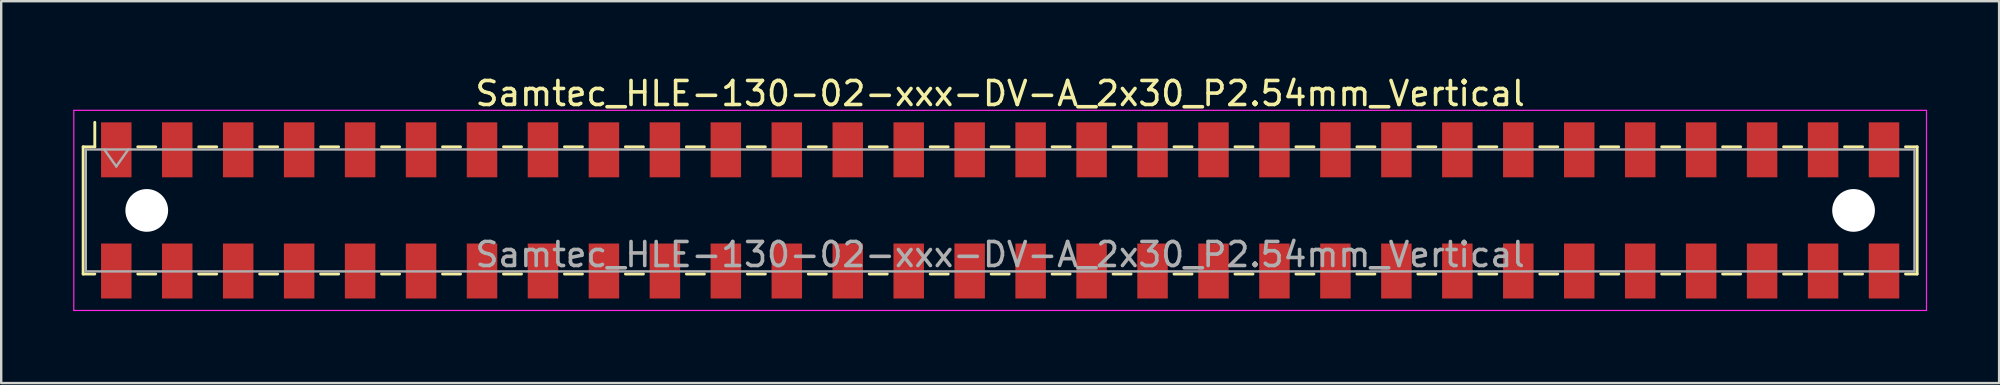
<source format=kicad_pcb>
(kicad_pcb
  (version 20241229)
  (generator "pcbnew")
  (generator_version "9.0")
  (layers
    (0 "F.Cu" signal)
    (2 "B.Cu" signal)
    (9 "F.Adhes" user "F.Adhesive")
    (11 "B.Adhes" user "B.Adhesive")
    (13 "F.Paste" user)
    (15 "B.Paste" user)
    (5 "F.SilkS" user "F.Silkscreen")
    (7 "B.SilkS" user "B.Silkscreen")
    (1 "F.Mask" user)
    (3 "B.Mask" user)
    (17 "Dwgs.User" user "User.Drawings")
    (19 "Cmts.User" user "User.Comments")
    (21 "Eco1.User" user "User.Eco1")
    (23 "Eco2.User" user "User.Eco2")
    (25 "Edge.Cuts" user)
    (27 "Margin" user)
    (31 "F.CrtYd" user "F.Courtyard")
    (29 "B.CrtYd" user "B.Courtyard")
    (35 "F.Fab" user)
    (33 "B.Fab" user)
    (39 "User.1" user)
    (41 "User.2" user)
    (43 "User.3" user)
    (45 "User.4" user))
  (footprint "Samtec_HLE-130-02-xxx-DV-A_2x30_P2.54mm_Vertical"
    (layer "F.Cu")
    (at 38.625 5.718)
    (property "Reference" "Samtec_HLE-130-02-xxx-DV-A_2x30_P2.54mm_Vertical" (at 0 -4.87 0) (layer "F.SilkS") (effects (font (size 1 1) (thickness 0.15))))
    (attr smd)
    (fp_line (start -38.21 -2.65) (end -38.21 2.65) (stroke (width 0.12) (type solid)) (layer "F.SilkS"))
    (fp_line (start -38.21 2.65) (end -37.725 2.65) (stroke (width 0.12) (type solid)) (layer "F.SilkS"))
    (fp_line (start -37.725 -3.67) (end -37.725 -2.65) (stroke (width 0.12) (type solid)) (layer "F.SilkS"))
    (fp_line (start -37.725 -2.65) (end -38.21 -2.65) (stroke (width 0.12) (type solid)) (layer "F.SilkS"))
    (fp_line (start -35.935 -2.65) (end -35.185 -2.65) (stroke (width 0.12) (type solid)) (layer "F.SilkS"))
    (fp_line (start -35.935 2.65) (end -35.185 2.65) (stroke (width 0.12) (type solid)) (layer "F.SilkS"))
    (fp_line (start -33.395 -2.65) (end -32.645 -2.65) (stroke (width 0.12) (type solid)) (layer "F.SilkS"))
    (fp_line (start -33.395 2.65) (end -32.645 2.65) (stroke (width 0.12) (type solid)) (layer "F.SilkS"))
    (fp_line (start -30.855 -2.65) (end -30.105 -2.65) (stroke (width 0.12) (type solid)) (layer "F.SilkS"))
    (fp_line (start -30.855 2.65) (end -30.105 2.65) (stroke (width 0.12) (type solid)) (layer "F.SilkS"))
    (fp_line (start -28.315 -2.65) (end -27.565 -2.65) (stroke (width 0.12) (type solid)) (layer "F.SilkS"))
    (fp_line (start -28.315 2.65) (end -27.565 2.65) (stroke (width 0.12) (type solid)) (layer "F.SilkS"))
    (fp_line (start -25.775 -2.65) (end -25.025 -2.65) (stroke (width 0.12) (type solid)) (layer "F.SilkS"))
    (fp_line (start -25.775 2.65) (end -25.025 2.65) (stroke (width 0.12) (type solid)) (layer "F.SilkS"))
    (fp_line (start -23.235 -2.65) (end -22.485 -2.65) (stroke (width 0.12) (type solid)) (layer "F.SilkS"))
    (fp_line (start -23.235 2.65) (end -22.485 2.65) (stroke (width 0.12) (type solid)) (layer "F.SilkS"))
    (fp_line (start -20.695 -2.65) (end -19.945 -2.65) (stroke (width 0.12) (type solid)) (layer "F.SilkS"))
    (fp_line (start -20.695 2.65) (end -19.945 2.65) (stroke (width 0.12) (type solid)) (layer "F.SilkS"))
    (fp_line (start -18.155 -2.65) (end -17.405 -2.65) (stroke (width 0.12) (type solid)) (layer "F.SilkS"))
    (fp_line (start -18.155 2.65) (end -17.405 2.65) (stroke (width 0.12) (type solid)) (layer "F.SilkS"))
    (fp_line (start -15.615 -2.65) (end -14.865 -2.65) (stroke (width 0.12) (type solid)) (layer "F.SilkS"))
    (fp_line (start -15.615 2.65) (end -14.865 2.65) (stroke (width 0.12) (type solid)) (layer "F.SilkS"))
    (fp_line (start -13.075 -2.65) (end -12.325 -2.65) (stroke (width 0.12) (type solid)) (layer "F.SilkS"))
    (fp_line (start -13.075 2.65) (end -12.325 2.65) (stroke (width 0.12) (type solid)) (layer "F.SilkS"))
    (fp_line (start -10.535 -2.65) (end -9.785 -2.65) (stroke (width 0.12) (type solid)) (layer "F.SilkS"))
    (fp_line (start -10.535 2.65) (end -9.785 2.65) (stroke (width 0.12) (type solid)) (layer "F.SilkS"))
    (fp_line (start -7.995 -2.65) (end -7.245 -2.65) (stroke (width 0.12) (type solid)) (layer "F.SilkS"))
    (fp_line (start -7.995 2.65) (end -7.245 2.65) (stroke (width 0.12) (type solid)) (layer "F.SilkS"))
    (fp_line (start -5.455 -2.65) (end -4.705 -2.65) (stroke (width 0.12) (type solid)) (layer "F.SilkS"))
    (fp_line (start -5.455 2.65) (end -4.705 2.65) (stroke (width 0.12) (type solid)) (layer "F.SilkS"))
    (fp_line (start -2.915 -2.65) (end -2.165 -2.65) (stroke (width 0.12) (type solid)) (layer "F.SilkS"))
    (fp_line (start -2.915 2.65) (end -2.165 2.65) (stroke (width 0.12) (type solid)) (layer "F.SilkS"))
    (fp_line (start -0.375 -2.65) (end 0.375 -2.65) (stroke (width 0.12) (type solid)) (layer "F.SilkS"))
    (fp_line (start -0.375 2.65) (end 0.375 2.65) (stroke (width 0.12) (type solid)) (layer "F.SilkS"))
    (fp_line (start 2.165 -2.65) (end 2.915 -2.65) (stroke (width 0.12) (type solid)) (layer "F.SilkS"))
    (fp_line (start 2.165 2.65) (end 2.915 2.65) (stroke (width 0.12) (type solid)) (layer "F.SilkS"))
    (fp_line (start 4.705 -2.65) (end 5.455 -2.65) (stroke (width 0.12) (type solid)) (layer "F.SilkS"))
    (fp_line (start 4.705 2.65) (end 5.455 2.65) (stroke (width 0.12) (type solid)) (layer "F.SilkS"))
    (fp_line (start 7.245 -2.65) (end 7.995 -2.65) (stroke (width 0.12) (type solid)) (layer "F.SilkS"))
    (fp_line (start 7.245 2.65) (end 7.995 2.65) (stroke (width 0.12) (type solid)) (layer "F.SilkS"))
    (fp_line (start 9.785 -2.65) (end 10.535 -2.65) (stroke (width 0.12) (type solid)) (layer "F.SilkS"))
    (fp_line (start 9.785 2.65) (end 10.535 2.65) (stroke (width 0.12) (type solid)) (layer "F.SilkS"))
    (fp_line (start 12.325 -2.65) (end 13.075 -2.65) (stroke (width 0.12) (type solid)) (layer "F.SilkS"))
    (fp_line (start 12.325 2.65) (end 13.075 2.65) (stroke (width 0.12) (type solid)) (layer "F.SilkS"))
    (fp_line (start 14.865 -2.65) (end 15.615 -2.65) (stroke (width 0.12) (type solid)) (layer "F.SilkS"))
    (fp_line (start 14.865 2.65) (end 15.615 2.65) (stroke (width 0.12) (type solid)) (layer "F.SilkS"))
    (fp_line (start 17.405 -2.65) (end 18.155 -2.65) (stroke (width 0.12) (type solid)) (layer "F.SilkS"))
    (fp_line (start 17.405 2.65) (end 18.155 2.65) (stroke (width 0.12) (type solid)) (layer "F.SilkS"))
    (fp_line (start 19.945 -2.65) (end 20.695 -2.65) (stroke (width 0.12) (type solid)) (layer "F.SilkS"))
    (fp_line (start 19.945 2.65) (end 20.695 2.65) (stroke (width 0.12) (type solid)) (layer "F.SilkS"))
    (fp_line (start 22.485 -2.65) (end 23.235 -2.65) (stroke (width 0.12) (type solid)) (layer "F.SilkS"))
    (fp_line (start 22.485 2.65) (end 23.235 2.65) (stroke (width 0.12) (type solid)) (layer "F.SilkS"))
    (fp_line (start 25.025 -2.65) (end 25.775 -2.65) (stroke (width 0.12) (type solid)) (layer "F.SilkS"))
    (fp_line (start 25.025 2.65) (end 25.775 2.65) (stroke (width 0.12) (type solid)) (layer "F.SilkS"))
    (fp_line (start 27.565 -2.65) (end 28.315 -2.65) (stroke (width 0.12) (type solid)) (layer "F.SilkS"))
    (fp_line (start 27.565 2.65) (end 28.315 2.65) (stroke (width 0.12) (type solid)) (layer "F.SilkS"))
    (fp_line (start 30.105 -2.65) (end 30.855 -2.65) (stroke (width 0.12) (type solid)) (layer "F.SilkS"))
    (fp_line (start 30.105 2.65) (end 30.855 2.65) (stroke (width 0.12) (type solid)) (layer "F.SilkS"))
    (fp_line (start 32.645 -2.65) (end 33.395 -2.65) (stroke (width 0.12) (type solid)) (layer "F.SilkS"))
    (fp_line (start 32.645 2.65) (end 33.395 2.65) (stroke (width 0.12) (type solid)) (layer "F.SilkS"))
    (fp_line (start 35.185 -2.65) (end 35.935 -2.65) (stroke (width 0.12) (type solid)) (layer "F.SilkS"))
    (fp_line (start 35.185 2.65) (end 35.935 2.65) (stroke (width 0.12) (type solid)) (layer "F.SilkS"))
    (fp_line (start 37.725 -2.65) (end 38.21 -2.65) (stroke (width 0.12) (type solid)) (layer "F.SilkS"))
    (fp_line (start 38.21 -2.65) (end 38.21 2.65) (stroke (width 0.12) (type solid)) (layer "F.SilkS"))
    (fp_line (start 38.21 2.65) (end 37.725 2.65) (stroke (width 0.12) (type solid)) (layer "F.SilkS"))
    (fp_line (start -38.6 -4.17) (end 38.6 -4.17) (stroke (width 0.05) (type solid)) (layer "F.CrtYd"))
    (fp_line (start -38.6 4.17) (end -38.6 -4.17) (stroke (width 0.05) (type solid)) (layer "F.CrtYd"))
    (fp_line (start 38.6 -4.17) (end 38.6 4.17) (stroke (width 0.05) (type solid)) (layer "F.CrtYd"))
    (fp_line (start 38.6 4.17) (end -38.6 4.17) (stroke (width 0.05) (type solid)) (layer "F.CrtYd"))
    (fp_line (start -38.1 -2.54) (end 38.1 -2.54) (stroke (width 0.1) (type solid)) (layer "F.Fab"))
    (fp_line (start -38.1 2.54) (end -38.1 -2.54) (stroke (width 0.1) (type solid)) (layer "F.Fab"))
    (fp_line (start -37.33 -2.54) (end -36.83 -1.833) (stroke (width 0.1) (type solid)) (layer "F.Fab"))
    (fp_line (start -36.83 -1.833) (end -36.33 -2.54) (stroke (width 0.1) (type solid)) (layer "F.Fab"))
    (fp_line (start 38.1 -2.54) (end 38.1 2.54) (stroke (width 0.1) (type solid)) (layer "F.Fab"))
    (fp_line (start 38.1 2.54) (end -38.1 2.54) (stroke (width 0.1) (type solid)) (layer "F.Fab"))
    (fp_text user "${REFERENCE}" (at 0 1.84 0) (layer "F.Fab") (effects (font (size 1 1) (thickness 0.15))))
    (pad "" np_thru_hole circle (at -35.56 0) (size 1.78 1.78) (drill 1.78) (layers "*.Cu" "*.Mask"))
    (pad "" np_thru_hole circle (at 35.56 0) (size 1.78 1.78) (drill 1.78) (layers "*.Cu" "*.Mask"))
    (pad "1" smd rect (at -36.83 -2.525) (size 1.27 2.29) (layers "F.Cu" "F.Mask" "F.Paste"))
    (pad "2" smd rect (at -36.83 2.525) (size 1.27 2.29) (layers "F.Cu" "F.Mask" "F.Paste"))
    (pad "3" smd rect (at -34.29 -2.525) (size 1.27 2.29) (layers "F.Cu" "F.Mask" "F.Paste"))
    (pad "4" smd rect (at -34.29 2.525) (size 1.27 2.29) (layers "F.Cu" "F.Mask" "F.Paste"))
    (pad "5" smd rect (at -31.75 -2.525) (size 1.27 2.29) (layers "F.Cu" "F.Mask" "F.Paste"))
    (pad "6" smd rect (at -31.75 2.525) (size 1.27 2.29) (layers "F.Cu" "F.Mask" "F.Paste"))
    (pad "7" smd rect (at -29.21 -2.525) (size 1.27 2.29) (layers "F.Cu" "F.Mask" "F.Paste"))
    (pad "8" smd rect (at -29.21 2.525) (size 1.27 2.29) (layers "F.Cu" "F.Mask" "F.Paste"))
    (pad "9" smd rect (at -26.67 -2.525) (size 1.27 2.29) (layers "F.Cu" "F.Mask" "F.Paste"))
    (pad "10" smd rect (at -26.67 2.525) (size 1.27 2.29) (layers "F.Cu" "F.Mask" "F.Paste"))
    (pad "11" smd rect (at -24.13 -2.525) (size 1.27 2.29) (layers "F.Cu" "F.Mask" "F.Paste"))
    (pad "12" smd rect (at -24.13 2.525) (size 1.27 2.29) (layers "F.Cu" "F.Mask" "F.Paste"))
    (pad "13" smd rect (at -21.59 -2.525) (size 1.27 2.29) (layers "F.Cu" "F.Mask" "F.Paste"))
    (pad "14" smd rect (at -21.59 2.525) (size 1.27 2.29) (layers "F.Cu" "F.Mask" "F.Paste"))
    (pad "15" smd rect (at -19.05 -2.525) (size 1.27 2.29) (layers "F.Cu" "F.Mask" "F.Paste"))
    (pad "16" smd rect (at -19.05 2.525) (size 1.27 2.29) (layers "F.Cu" "F.Mask" "F.Paste"))
    (pad "17" smd rect (at -16.51 -2.525) (size 1.27 2.29) (layers "F.Cu" "F.Mask" "F.Paste"))
    (pad "18" smd rect (at -16.51 2.525) (size 1.27 2.29) (layers "F.Cu" "F.Mask" "F.Paste"))
    (pad "19" smd rect (at -13.97 -2.525) (size 1.27 2.29) (layers "F.Cu" "F.Mask" "F.Paste"))
    (pad "20" smd rect (at -13.97 2.525) (size 1.27 2.29) (layers "F.Cu" "F.Mask" "F.Paste"))
    (pad "21" smd rect (at -11.43 -2.525) (size 1.27 2.29) (layers "F.Cu" "F.Mask" "F.Paste"))
    (pad "22" smd rect (at -11.43 2.525) (size 1.27 2.29) (layers "F.Cu" "F.Mask" "F.Paste"))
    (pad "23" smd rect (at -8.89 -2.525) (size 1.27 2.29) (layers "F.Cu" "F.Mask" "F.Paste"))
    (pad "24" smd rect (at -8.89 2.525) (size 1.27 2.29) (layers "F.Cu" "F.Mask" "F.Paste"))
    (pad "25" smd rect (at -6.35 -2.525) (size 1.27 2.29) (layers "F.Cu" "F.Mask" "F.Paste"))
    (pad "26" smd rect (at -6.35 2.525) (size 1.27 2.29) (layers "F.Cu" "F.Mask" "F.Paste"))
    (pad "27" smd rect (at -3.81 -2.525) (size 1.27 2.29) (layers "F.Cu" "F.Mask" "F.Paste"))
    (pad "28" smd rect (at -3.81 2.525) (size 1.27 2.29) (layers "F.Cu" "F.Mask" "F.Paste"))
    (pad "29" smd rect (at -1.27 -2.525) (size 1.27 2.29) (layers "F.Cu" "F.Mask" "F.Paste"))
    (pad "30" smd rect (at -1.27 2.525) (size 1.27 2.29) (layers "F.Cu" "F.Mask" "F.Paste"))
    (pad "31" smd rect (at 1.27 -2.525) (size 1.27 2.29) (layers "F.Cu" "F.Mask" "F.Paste"))
    (pad "32" smd rect (at 1.27 2.525) (size 1.27 2.29) (layers "F.Cu" "F.Mask" "F.Paste"))
    (pad "33" smd rect (at 3.81 -2.525) (size 1.27 2.29) (layers "F.Cu" "F.Mask" "F.Paste"))
    (pad "34" smd rect (at 3.81 2.525) (size 1.27 2.29) (layers "F.Cu" "F.Mask" "F.Paste"))
    (pad "35" smd rect (at 6.35 -2.525) (size 1.27 2.29) (layers "F.Cu" "F.Mask" "F.Paste"))
    (pad "36" smd rect (at 6.35 2.525) (size 1.27 2.29) (layers "F.Cu" "F.Mask" "F.Paste"))
    (pad "37" smd rect (at 8.89 -2.525) (size 1.27 2.29) (layers "F.Cu" "F.Mask" "F.Paste"))
    (pad "38" smd rect (at 8.89 2.525) (size 1.27 2.29) (layers "F.Cu" "F.Mask" "F.Paste"))
    (pad "39" smd rect (at 11.43 -2.525) (size 1.27 2.29) (layers "F.Cu" "F.Mask" "F.Paste"))
    (pad "40" smd rect (at 11.43 2.525) (size 1.27 2.29) (layers "F.Cu" "F.Mask" "F.Paste"))
    (pad "41" smd rect (at 13.97 -2.525) (size 1.27 2.29) (layers "F.Cu" "F.Mask" "F.Paste"))
    (pad "42" smd rect (at 13.97 2.525) (size 1.27 2.29) (layers "F.Cu" "F.Mask" "F.Paste"))
    (pad "43" smd rect (at 16.51 -2.525) (size 1.27 2.29) (layers "F.Cu" "F.Mask" "F.Paste"))
    (pad "44" smd rect (at 16.51 2.525) (size 1.27 2.29) (layers "F.Cu" "F.Mask" "F.Paste"))
    (pad "45" smd rect (at 19.05 -2.525) (size 1.27 2.29) (layers "F.Cu" "F.Mask" "F.Paste"))
    (pad "46" smd rect (at 19.05 2.525) (size 1.27 2.29) (layers "F.Cu" "F.Mask" "F.Paste"))
    (pad "47" smd rect (at 21.59 -2.525) (size 1.27 2.29) (layers "F.Cu" "F.Mask" "F.Paste"))
    (pad "48" smd rect (at 21.59 2.525) (size 1.27 2.29) (layers "F.Cu" "F.Mask" "F.Paste"))
    (pad "49" smd rect (at 24.13 -2.525) (size 1.27 2.29) (layers "F.Cu" "F.Mask" "F.Paste"))
    (pad "50" smd rect (at 24.13 2.525) (size 1.27 2.29) (layers "F.Cu" "F.Mask" "F.Paste"))
    (pad "51" smd rect (at 26.67 -2.525) (size 1.27 2.29) (layers "F.Cu" "F.Mask" "F.Paste"))
    (pad "52" smd rect (at 26.67 2.525) (size 1.27 2.29) (layers "F.Cu" "F.Mask" "F.Paste"))
    (pad "53" smd rect (at 29.21 -2.525) (size 1.27 2.29) (layers "F.Cu" "F.Mask" "F.Paste"))
    (pad "54" smd rect (at 29.21 2.525) (size 1.27 2.29) (layers "F.Cu" "F.Mask" "F.Paste"))
    (pad "55" smd rect (at 31.75 -2.525) (size 1.27 2.29) (layers "F.Cu" "F.Mask" "F.Paste"))
    (pad "56" smd rect (at 31.75 2.525) (size 1.27 2.29) (layers "F.Cu" "F.Mask" "F.Paste"))
    (pad "57" smd rect (at 34.29 -2.525) (size 1.27 2.29) (layers "F.Cu" "F.Mask" "F.Paste"))
    (pad "58" smd rect (at 34.29 2.525) (size 1.27 2.29) (layers "F.Cu" "F.Mask" "F.Paste"))
    (pad "59" smd rect (at 36.83 -2.525) (size 1.27 2.29) (layers "F.Cu" "F.Mask" "F.Paste"))
    (pad "60" smd rect (at 36.83 2.525) (size 1.27 2.29) (layers "F.Cu" "F.Mask" "F.Paste")))
  (gr_rect
    (start -3 -3)
    (end 80.25 12.913)
    (stroke (width 0.1) (type default))
    (fill no)
    (layer "Edge.Cuts")))
</source>
